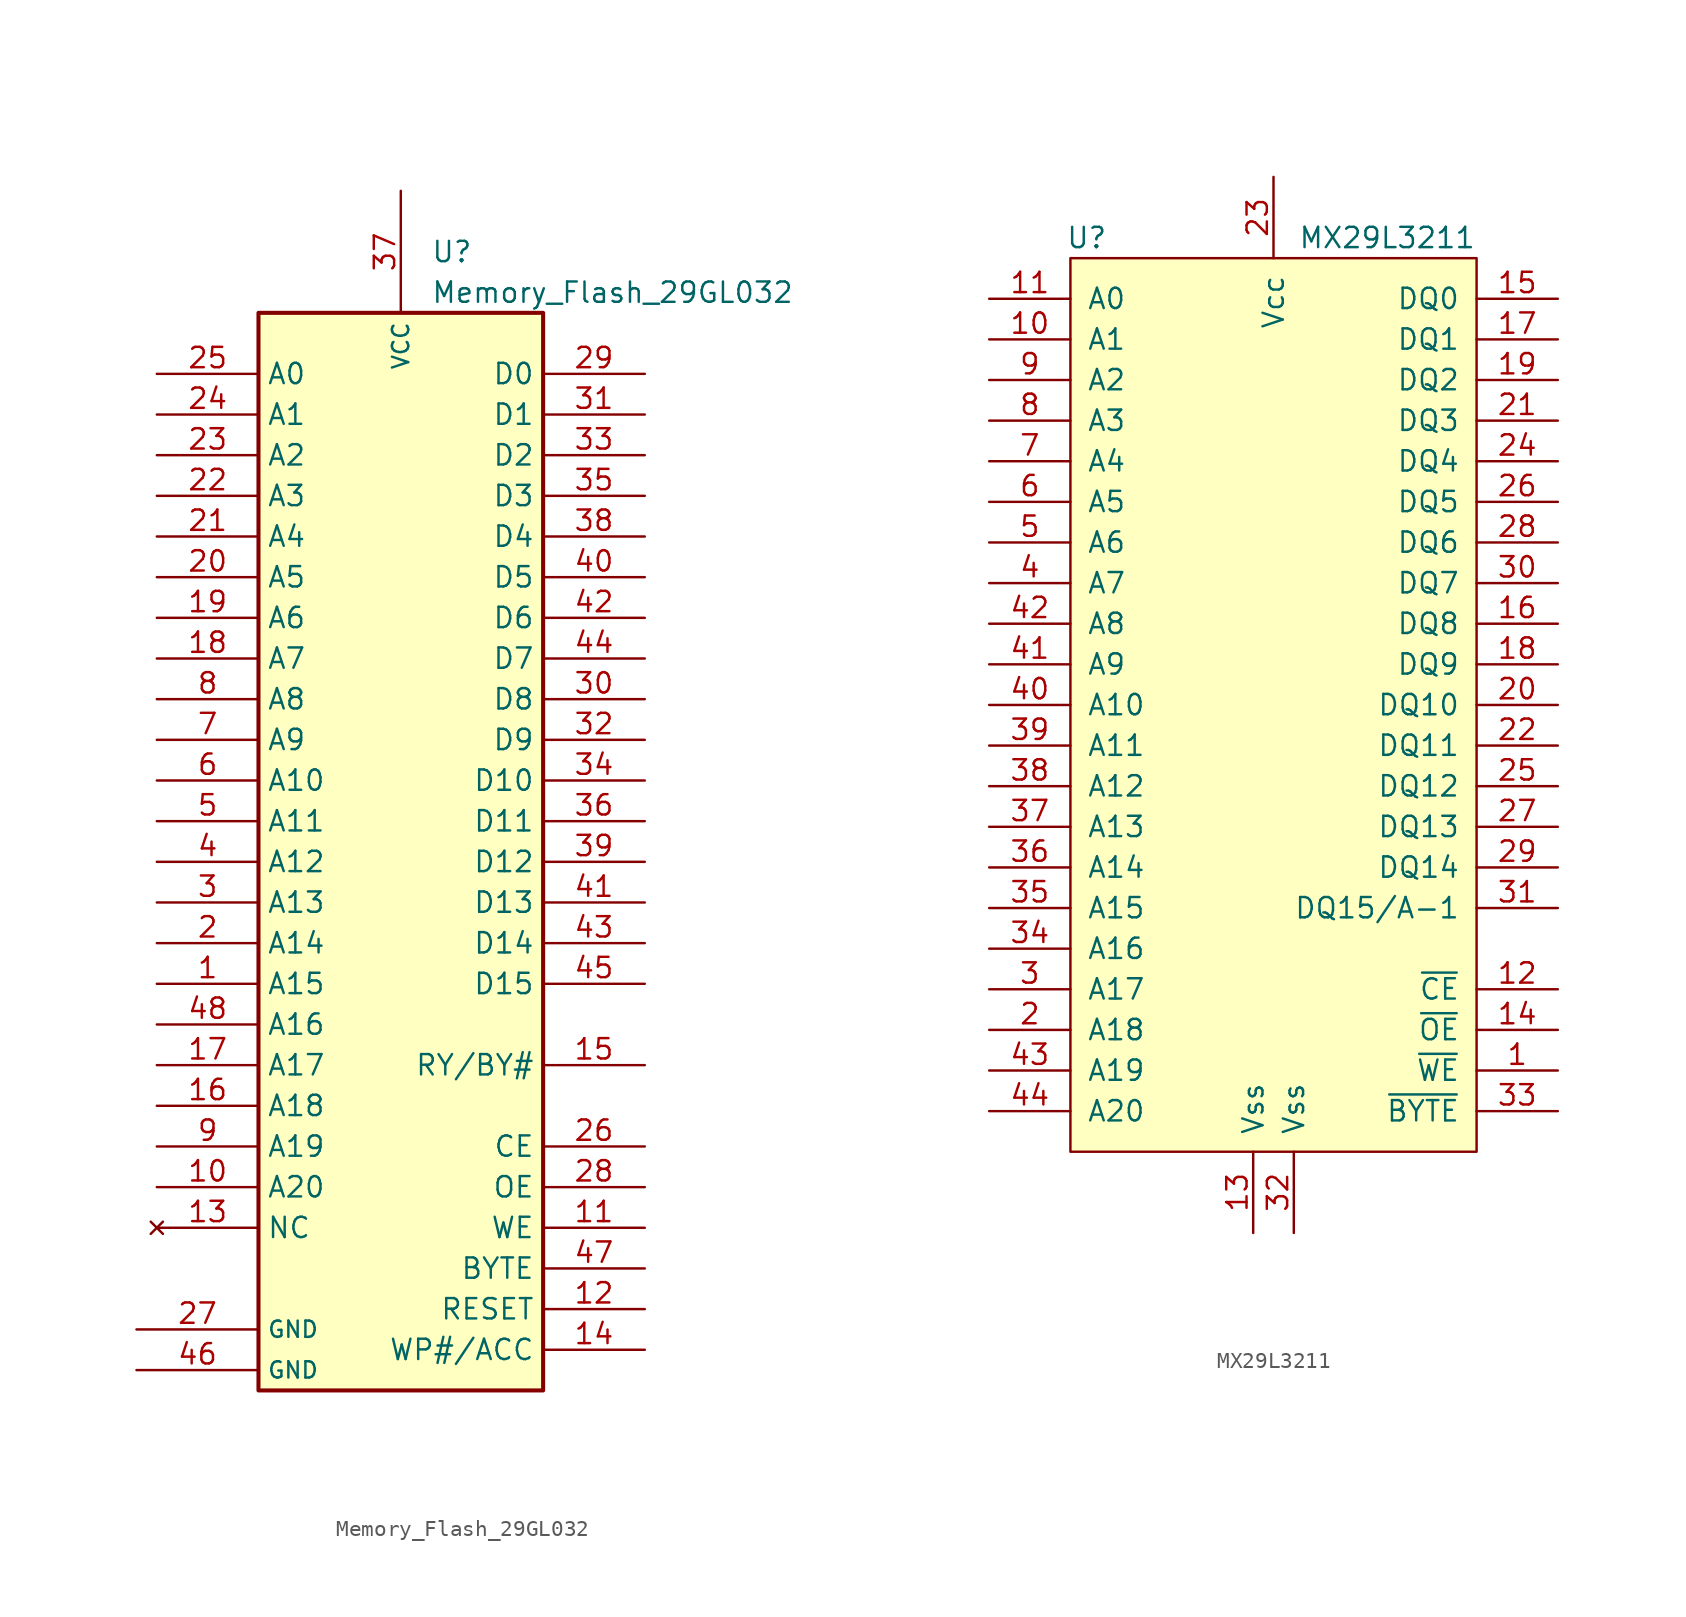
<source format=kicad_sym>
(kicad_symbol_lib
  (version 20241209)
  (generator "kicad_symbol_editor")
  (generator_version "9.0")
  (symbol "Memory_Flash_29GL032"
    (property "Reference" "U"
      (at 1.88 33.02 0)
      (effects (font (size 1.27 1.27)) (justify left)))
    (property "Value" "Memory_Flash_29GL032"
      (at 1.88 30.48 0)
      (effects (font (size 1.27 1.27)) (justify left)))
    (symbol "Memory_Flash_29GL032_0_1"
      (rectangle (start -8.89 29.21) (end 8.89 -38.1) (stroke (width 0.254) (type default)) (fill (type background))))
    (symbol "Memory_Flash_29GL032_1_1"
      (pin power_in line (at -16.51 -34.29 0) (length 7.62) (name "GND" (effects (font (size 1.016 1.016)))) (number "27" (effects (font (size 1.27 1.27)))))
      (pin power_in line (at -16.51 -36.83 0) (length 7.62) (name "GND" (effects (font (size 1.016 1.016)))) (number "46" (effects (font (size 1.27 1.27)))))
      (pin input line (at -15.24 25.4 0) (length 6.35) (name "A0" (effects (font (size 1.27 1.27)))) (number "25" (effects (font (size 1.27 1.27)))))
      (pin input line (at -15.24 22.86 0) (length 6.35) (name "A1" (effects (font (size 1.27 1.27)))) (number "24" (effects (font (size 1.27 1.27)))))
      (pin input line (at -15.24 20.32 0) (length 6.35) (name "A2" (effects (font (size 1.27 1.27)))) (number "23" (effects (font (size 1.27 1.27)))))
      (pin input line (at -15.24 17.78 0) (length 6.35) (name "A3" (effects (font (size 1.27 1.27)))) (number "22" (effects (font (size 1.27 1.27)))))
      (pin input line (at -15.24 15.24 0) (length 6.35) (name "A4" (effects (font (size 1.27 1.27)))) (number "21" (effects (font (size 1.27 1.27)))))
      (pin input line (at -15.24 12.7 0) (length 6.35) (name "A5" (effects (font (size 1.27 1.27)))) (number "20" (effects (font (size 1.27 1.27)))))
      (pin input line (at -15.24 10.16 0) (length 6.35) (name "A6" (effects (font (size 1.27 1.27)))) (number "19" (effects (font (size 1.27 1.27)))))
      (pin input line (at -15.24 7.62 0) (length 6.35) (name "A7" (effects (font (size 1.27 1.27)))) (number "18" (effects (font (size 1.27 1.27)))))
      (pin input line (at -15.24 5.08 0) (length 6.35) (name "A8" (effects (font (size 1.27 1.27)))) (number "8" (effects (font (size 1.27 1.27)))))
      (pin input line (at -15.24 2.54 0) (length 6.35) (name "A9" (effects (font (size 1.27 1.27)))) (number "7" (effects (font (size 1.27 1.27)))))
      (pin input line (at -15.24 0 0) (length 6.35) (name "A10" (effects (font (size 1.27 1.27)))) (number "6" (effects (font (size 1.27 1.27)))))
      (pin input line (at -15.24 -2.54 0) (length 6.35) (name "A11" (effects (font (size 1.27 1.27)))) (number "5" (effects (font (size 1.27 1.27)))))
      (pin input line (at -15.24 -5.08 0) (length 6.35) (name "A12" (effects (font (size 1.27 1.27)))) (number "4" (effects (font (size 1.27 1.27)))))
      (pin input line (at -15.24 -7.62 0) (length 6.35) (name "A13" (effects (font (size 1.27 1.27)))) (number "3" (effects (font (size 1.27 1.27)))))
      (pin input line (at -15.24 -10.16 0) (length 6.35) (name "A14" (effects (font (size 1.27 1.27)))) (number "2" (effects (font (size 1.27 1.27)))))
      (pin input line (at -15.24 -12.7 0) (length 6.35) (name "A15" (effects (font (size 1.27 1.27)))) (number "1" (effects (font (size 1.27 1.27)))))
      (pin input line (at -15.24 -15.24 0) (length 6.35) (name "A16" (effects (font (size 1.27 1.27)))) (number "48" (effects (font (size 1.27 1.27)))))
      (pin input line (at -15.24 -17.78 0) (length 6.35) (name "A17" (effects (font (size 1.27 1.27)))) (number "17" (effects (font (size 1.27 1.27)))))
      (pin input line (at -15.24 -20.32 0) (length 6.35) (name "A18" (effects (font (size 1.27 1.27)))) (number "16" (effects (font (size 1.27 1.27)))))
      (pin input line (at -15.24 -22.86 0) (length 6.35) (name "A19" (effects (font (size 1.27 1.27)))) (number "9" (effects (font (size 1.27 1.27)))))
      (pin input line (at -15.24 -25.4 0) (length 6.35) (name "A20" (effects (font (size 1.27 1.27)))) (number "10" (effects (font (size 1.27 1.27)))))
      (pin no_connect line (at -15.24 -27.94 0) (length 6.35) (name "NC" (effects (font (size 1.27 1.27)))) (number "13" (effects (font (size 1.27 1.27)))))
      (pin power_in line (at 0 36.83 270) (length 7.62) (name "VCC" (effects (font (size 1.016 1.016)))) (number "37" (effects (font (size 1.27 1.27)))))
      (pin bidirectional line (at 15.24 25.4 180) (length 6.35) (name "D0" (effects (font (size 1.27 1.27)))) (number "29" (effects (font (size 1.27 1.27)))))
      (pin bidirectional line (at 15.24 22.86 180) (length 6.35) (name "D1" (effects (font (size 1.27 1.27)))) (number "31" (effects (font (size 1.27 1.27)))))
      (pin bidirectional line (at 15.24 20.32 180) (length 6.35) (name "D2" (effects (font (size 1.27 1.27)))) (number "33" (effects (font (size 1.27 1.27)))))
      (pin bidirectional line (at 15.24 17.78 180) (length 6.35) (name "D3" (effects (font (size 1.27 1.27)))) (number "35" (effects (font (size 1.27 1.27)))))
      (pin bidirectional line (at 15.24 15.24 180) (length 6.35) (name "D4" (effects (font (size 1.27 1.27)))) (number "38" (effects (font (size 1.27 1.27)))))
      (pin bidirectional line (at 15.24 12.7 180) (length 6.35) (name "D5" (effects (font (size 1.27 1.27)))) (number "40" (effects (font (size 1.27 1.27)))))
      (pin bidirectional line (at 15.24 10.16 180) (length 6.35) (name "D6" (effects (font (size 1.27 1.27)))) (number "42" (effects (font (size 1.27 1.27)))))
      (pin bidirectional line (at 15.24 7.62 180) (length 6.35) (name "D7" (effects (font (size 1.27 1.27)))) (number "44" (effects (font (size 1.27 1.27)))))
      (pin bidirectional line (at 15.24 5.08 180) (length 6.35) (name "D8" (effects (font (size 1.27 1.27)))) (number "30" (effects (font (size 1.27 1.27)))))
      (pin bidirectional line (at 15.24 2.54 180) (length 6.35) (name "D9" (effects (font (size 1.27 1.27)))) (number "32" (effects (font (size 1.27 1.27)))))
      (pin bidirectional line (at 15.24 0 180) (length 6.35) (name "D10" (effects (font (size 1.27 1.27)))) (number "34" (effects (font (size 1.27 1.27)))))
      (pin bidirectional line (at 15.24 -2.54 180) (length 6.35) (name "D11" (effects (font (size 1.27 1.27)))) (number "36" (effects (font (size 1.27 1.27)))))
      (pin bidirectional line (at 15.24 -5.08 180) (length 6.35) (name "D12" (effects (font (size 1.27 1.27)))) (number "39" (effects (font (size 1.27 1.27)))))
      (pin bidirectional line (at 15.24 -7.62 180) (length 6.35) (name "D13" (effects (font (size 1.27 1.27)))) (number "41" (effects (font (size 1.27 1.27)))))
      (pin bidirectional line (at 15.24 -10.16 180) (length 6.35) (name "D14" (effects (font (size 1.27 1.27)))) (number "43" (effects (font (size 1.27 1.27)))))
      (pin bidirectional line (at 15.24 -12.7 180) (length 6.35) (name "D15" (effects (font (size 1.27 1.27)))) (number "45" (effects (font (size 1.27 1.27)))))
      (pin input line (at 15.24 -17.78 180) (length 6.35) (name "RY/BY#" (effects (font (size 1.27 1.27)))) (number "15" (effects (font (size 1.27 1.27)))))
      (pin input line (at 15.24 -22.86 180) (length 6.35) (name "CE" (effects (font (size 1.27 1.27)))) (number "26" (effects (font (size 1.27 1.27)))))
      (pin input line (at 15.24 -25.4 180) (length 6.35) (name "OE" (effects (font (size 1.27 1.27)))) (number "28" (effects (font (size 1.27 1.27)))))
      (pin input line (at 15.24 -27.94 180) (length 6.35) (name "WE" (effects (font (size 1.27 1.27)))) (number "11" (effects (font (size 1.27 1.27)))))
      (pin input line (at 15.24 -30.48 180) (length 6.35) (name "BYTE" (effects (font (size 1.27 1.27)))) (number "47" (effects (font (size 1.27 1.27)))))
      (pin input line (at 15.24 -33.02 180) (length 6.35) (name "RESET" (effects (font (size 1.27 1.27)))) (number "12" (effects (font (size 1.27 1.27)))))
      (pin input line (at 15.24 -35.56 180) (length 6.35) (name "WP#/ACC" (effects (font (size 1.27 1.27)))) (number "14" (effects (font (size 1.27 1.27)))))))
  (symbol "MX29L3211"
    (pin_names
      (offset 1.016))
    (property "Reference" "U"
      (at -11.684 19.05 0)
      (effects (font (size 1.27 1.27))))
    (property "Value" "MX29L3211"
      (at 7.112 19.05 0)
      (effects (font (size 1.27 1.27))))
    (symbol "MX29L3211_0_1"
      (rectangle (start -12.7 17.78) (end 12.7 -38.1) (stroke (width 0) (type solid)) (fill (type background))))
    (symbol "MX29L3211_1_1"
      (pin input line (at -17.78 15.24 0) (length 5.08) (name "A0" (effects (font (size 1.27 1.27)))) (number "11" (effects (font (size 1.27 1.27)))))
      (pin input line (at -17.78 12.7 0) (length 5.08) (name "A1" (effects (font (size 1.27 1.27)))) (number "10" (effects (font (size 1.27 1.27)))))
      (pin input line (at -17.78 10.16 0) (length 5.08) (name "A2" (effects (font (size 1.27 1.27)))) (number "9" (effects (font (size 1.27 1.27)))))
      (pin input line (at -17.78 7.62 0) (length 5.08) (name "A3" (effects (font (size 1.27 1.27)))) (number "8" (effects (font (size 1.27 1.27)))))
      (pin input line (at -17.78 5.08 0) (length 5.08) (name "A4" (effects (font (size 1.27 1.27)))) (number "7" (effects (font (size 1.27 1.27)))))
      (pin input line (at -17.78 2.54 0) (length 5.08) (name "A5" (effects (font (size 1.27 1.27)))) (number "6" (effects (font (size 1.27 1.27)))))
      (pin input line (at -17.78 0 0) (length 5.08) (name "A6" (effects (font (size 1.27 1.27)))) (number "5" (effects (font (size 1.27 1.27)))))
      (pin input line (at -17.78 -2.54 0) (length 5.08) (name "A7" (effects (font (size 1.27 1.27)))) (number "4" (effects (font (size 1.27 1.27)))))
      (pin input line (at -17.78 -5.08 0) (length 5.08) (name "A8" (effects (font (size 1.27 1.27)))) (number "42" (effects (font (size 1.27 1.27)))))
      (pin input line (at -17.78 -7.62 0) (length 5.08) (name "A9" (effects (font (size 1.27 1.27)))) (number "41" (effects (font (size 1.27 1.27)))))
      (pin input line (at -17.78 -10.16 0) (length 5.08) (name "A10" (effects (font (size 1.27 1.27)))) (number "40" (effects (font (size 1.27 1.27)))))
      (pin input line (at -17.78 -12.7 0) (length 5.08) (name "A11" (effects (font (size 1.27 1.27)))) (number "39" (effects (font (size 1.27 1.27)))))
      (pin input line (at -17.78 -15.24 0) (length 5.08) (name "A12" (effects (font (size 1.27 1.27)))) (number "38" (effects (font (size 1.27 1.27)))))
      (pin input line (at -17.78 -17.78 0) (length 5.08) (name "A13" (effects (font (size 1.27 1.27)))) (number "37" (effects (font (size 1.27 1.27)))))
      (pin input line (at -17.78 -20.32 0) (length 5.08) (name "A14" (effects (font (size 1.27 1.27)))) (number "36" (effects (font (size 1.27 1.27)))))
      (pin input line (at -17.78 -22.86 0) (length 5.08) (name "A15" (effects (font (size 1.27 1.27)))) (number "35" (effects (font (size 1.27 1.27)))))
      (pin input line (at -17.78 -25.4 0) (length 5.08) (name "A16" (effects (font (size 1.27 1.27)))) (number "34" (effects (font (size 1.27 1.27)))))
      (pin input line (at -17.78 -27.94 0) (length 5.08) (name "A17" (effects (font (size 1.27 1.27)))) (number "3" (effects (font (size 1.27 1.27)))))
      (pin input line (at -17.78 -30.48 0) (length 5.08) (name "A18" (effects (font (size 1.27 1.27)))) (number "2" (effects (font (size 1.27 1.27)))))
      (pin input line (at -17.78 -33.02 0) (length 5.08) (name "A19" (effects (font (size 1.27 1.27)))) (number "43" (effects (font (size 1.27 1.27)))))
      (pin input line (at -17.78 -35.56 0) (length 5.08) (name "A20" (effects (font (size 1.27 1.27)))) (number "44" (effects (font (size 1.27 1.27)))))
      (pin power_in line (at -1.27 -43.18 90) (length 5.08) (name "Vss" (effects (font (size 1.27 1.27)))) (number "13" (effects (font (size 1.27 1.27)))))
      (pin power_in line (at 0 22.86 270) (length 5.08) (name "Vcc" (effects (font (size 1.27 1.27)))) (number "23" (effects (font (size 1.27 1.27)))))
      (pin power_in line (at 1.27 -43.18 90) (length 5.08) (name "Vss" (effects (font (size 1.27 1.27)))) (number "32" (effects (font (size 1.27 1.27)))))
      (pin bidirectional line (at 17.78 15.24 180) (length 5.08) (name "DQ0" (effects (font (size 1.27 1.27)))) (number "15" (effects (font (size 1.27 1.27)))))
      (pin bidirectional line (at 17.78 12.7 180) (length 5.08) (name "DQ1" (effects (font (size 1.27 1.27)))) (number "17" (effects (font (size 1.27 1.27)))))
      (pin bidirectional line (at 17.78 10.16 180) (length 5.08) (name "DQ2" (effects (font (size 1.27 1.27)))) (number "19" (effects (font (size 1.27 1.27)))))
      (pin bidirectional line (at 17.78 7.62 180) (length 5.08) (name "DQ3" (effects (font (size 1.27 1.27)))) (number "21" (effects (font (size 1.27 1.27)))))
      (pin bidirectional line (at 17.78 5.08 180) (length 5.08) (name "DQ4" (effects (font (size 1.27 1.27)))) (number "24" (effects (font (size 1.27 1.27)))))
      (pin bidirectional line (at 17.78 2.54 180) (length 5.08) (name "DQ5" (effects (font (size 1.27 1.27)))) (number "26" (effects (font (size 1.27 1.27)))))
      (pin bidirectional line (at 17.78 0 180) (length 5.08) (name "DQ6" (effects (font (size 1.27 1.27)))) (number "28" (effects (font (size 1.27 1.27)))))
      (pin bidirectional line (at 17.78 -2.54 180) (length 5.08) (name "DQ7" (effects (font (size 1.27 1.27)))) (number "30" (effects (font (size 1.27 1.27)))))
      (pin bidirectional line (at 17.78 -5.08 180) (length 5.08) (name "DQ8" (effects (font (size 1.27 1.27)))) (number "16" (effects (font (size 1.27 1.27)))))
      (pin bidirectional line (at 17.78 -7.62 180) (length 5.08) (name "DQ9" (effects (font (size 1.27 1.27)))) (number "18" (effects (font (size 1.27 1.27)))))
      (pin bidirectional line (at 17.78 -10.16 180) (length 5.08) (name "DQ10" (effects (font (size 1.27 1.27)))) (number "20" (effects (font (size 1.27 1.27)))))
      (pin bidirectional line (at 17.78 -12.7 180) (length 5.08) (name "DQ11" (effects (font (size 1.27 1.27)))) (number "22" (effects (font (size 1.27 1.27)))))
      (pin bidirectional line (at 17.78 -15.24 180) (length 5.08) (name "DQ12" (effects (font (size 1.27 1.27)))) (number "25" (effects (font (size 1.27 1.27)))))
      (pin bidirectional line (at 17.78 -17.78 180) (length 5.08) (name "DQ13" (effects (font (size 1.27 1.27)))) (number "27" (effects (font (size 1.27 1.27)))))
      (pin bidirectional line (at 17.78 -20.32 180) (length 5.08) (name "DQ14" (effects (font (size 1.27 1.27)))) (number "29" (effects (font (size 1.27 1.27)))))
      (pin bidirectional line (at 17.78 -22.86 180) (length 5.08) (name "DQ15/A-1" (effects (font (size 1.27 1.27)))) (number "31" (effects (font (size 1.27 1.27)))))
      (pin input line (at 17.78 -27.94 180) (length 5.08) (name "~{CE}" (effects (font (size 1.27 1.27)))) (number "12" (effects (font (size 1.27 1.27)))))
      (pin input line (at 17.78 -30.48 180) (length 5.08) (name "~{OE}" (effects (font (size 1.27 1.27)))) (number "14" (effects (font (size 1.27 1.27)))))
      (pin input line (at 17.78 -33.02 180) (length 5.08) (name "~{WE}" (effects (font (size 1.27 1.27)))) (number "1" (effects (font (size 1.27 1.27)))))
      (pin input line (at 17.78 -35.56 180) (length 5.08) (name "~{BYTE}" (effects (font (size 1.27 1.27)))) (number "33" (effects (font (size 1.27 1.27))))))))
</source>
